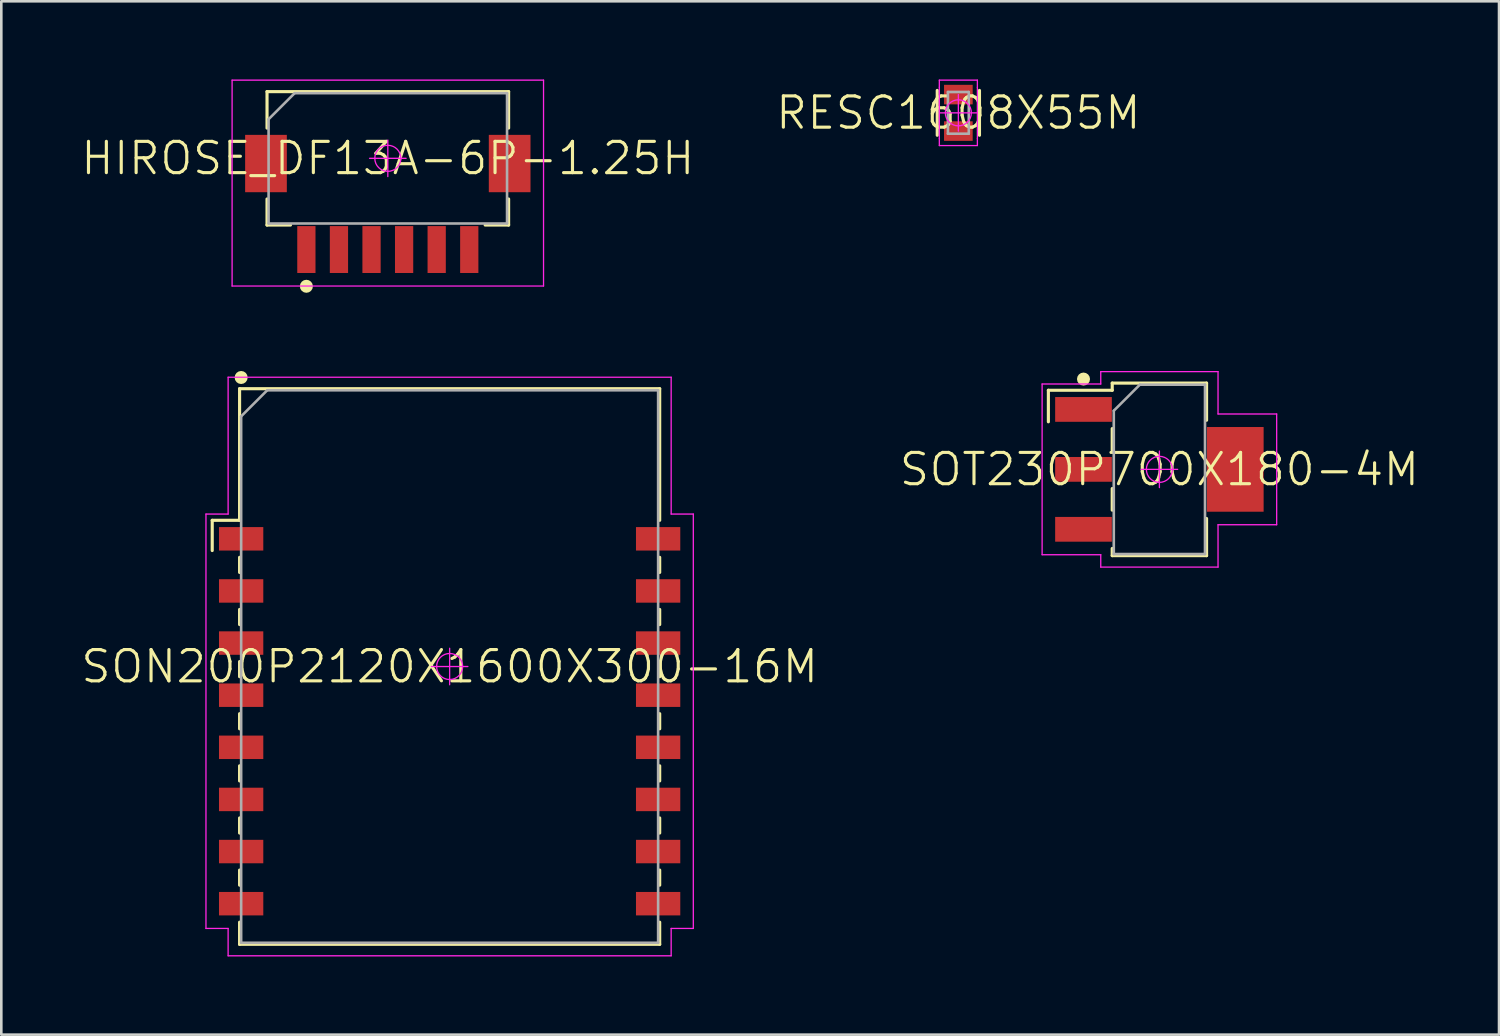
<source format=kicad_pcb>
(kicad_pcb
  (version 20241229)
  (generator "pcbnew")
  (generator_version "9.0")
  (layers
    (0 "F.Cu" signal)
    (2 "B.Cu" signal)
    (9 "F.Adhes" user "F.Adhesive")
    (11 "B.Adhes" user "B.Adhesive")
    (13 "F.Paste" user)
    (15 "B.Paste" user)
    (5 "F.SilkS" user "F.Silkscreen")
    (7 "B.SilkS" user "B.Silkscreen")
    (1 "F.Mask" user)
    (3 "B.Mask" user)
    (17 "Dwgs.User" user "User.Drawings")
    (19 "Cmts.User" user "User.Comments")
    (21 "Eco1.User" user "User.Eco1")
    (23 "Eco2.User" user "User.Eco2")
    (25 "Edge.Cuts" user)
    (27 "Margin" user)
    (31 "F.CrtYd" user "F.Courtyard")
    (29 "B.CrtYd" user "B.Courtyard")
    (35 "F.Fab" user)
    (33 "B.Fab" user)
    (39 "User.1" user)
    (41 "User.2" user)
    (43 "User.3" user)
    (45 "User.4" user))
  (footprint "HIROSE_DF13A-6P-1.25H"
    (layer "F.Cu")
    (at 11.831 3.025)
    (property "Reference" "HIROSE_DF13A-6P-1.25H" (at 0 0 0) (layer "F.SilkS") (effects (font (size 1.2 1.2) (thickness 0.12))))
    (attr smd)
    (fp_line (start -4.635 -2.56) (end -4.635 -1.16) (stroke (width 0.12) (type solid)) (layer "F.SilkS"))
    (fp_line (start -4.635 -2.56) (end 4.635 -2.56) (stroke (width 0.12) (type solid)) (layer "F.SilkS"))
    (fp_line (start -4.635 1.56) (end -4.635 2.56) (stroke (width 0.12) (type solid)) (layer "F.SilkS"))
    (fp_line (start -4.635 2.56) (end -3.735 2.56) (stroke (width 0.12) (type solid)) (layer "F.SilkS"))
    (fp_line (start 3.735 2.56) (end 4.635 2.56) (stroke (width 0.12) (type solid)) (layer "F.SilkS"))
    (fp_line (start 4.635 -2.56) (end 4.635 -1.16) (stroke (width 0.12) (type solid)) (layer "F.SilkS"))
    (fp_line (start 4.635 1.56) (end 4.635 2.56) (stroke (width 0.12) (type solid)) (layer "F.SilkS"))
    (fp_circle (center -3.125 4.91) (end -3.125 5.035) (stroke (width 0.25) (type solid)) (fill no) (layer "F.SilkS"))
    (fp_line (start -5.975 -3) (end 5.975 -3) (stroke (width 0.05) (type solid)) (layer "F.CrtYd"))
    (fp_line (start -5.975 4.9) (end -5.975 -3) (stroke (width 0.05) (type solid)) (layer "F.CrtYd"))
    (fp_line (start -0.7 0) (end 0.7 0) (stroke (width 0.05) (type solid)) (layer "F.CrtYd"))
    (fp_line (start 0 -0.7) (end 0 0.7) (stroke (width 0.05) (type solid)) (layer "F.CrtYd"))
    (fp_line (start 5.975 -3) (end 5.975 4.9) (stroke (width 0.05) (type solid)) (layer "F.CrtYd"))
    (fp_line (start 5.975 4.9) (end -5.975 4.9) (stroke (width 0.05) (type solid)) (layer "F.CrtYd"))
    (fp_circle (center 0 0) (end 0 0.5) (stroke (width 0.05) (type solid)) (fill no) (layer "F.CrtYd"))
    (fp_line (start -4.575 -1.5) (end -3.575 -2.5) (stroke (width 0.1) (type solid)) (layer "F.Fab"))
    (fp_line (start -4.575 2.5) (end -4.575 -1.5) (stroke (width 0.1) (type solid)) (layer "F.Fab"))
    (fp_line (start -3.575 -2.5) (end 4.575 -2.5) (stroke (width 0.1) (type solid)) (layer "F.Fab"))
    (fp_line (start 4.575 -2.5) (end 4.575 2.5) (stroke (width 0.1) (type solid)) (layer "F.Fab"))
    (fp_line (start 4.575 2.5) (end -4.575 2.5) (stroke (width 0.1) (type solid)) (layer "F.Fab"))
    (pad "1" smd rect (at -3.125 3.5) (size 0.7 1.8) (layers "F.Cu" "F.Mask" "F.Paste"))
    (pad "2" smd rect (at -1.875 3.5) (size 0.7 1.8) (layers "F.Cu" "F.Mask" "F.Paste"))
    (pad "3" smd rect (at -0.625 3.5) (size 0.7 1.8) (layers "F.Cu" "F.Mask" "F.Paste"))
    (pad "4" smd rect (at 0.625 3.5) (size 0.7 1.8) (layers "F.Cu" "F.Mask" "F.Paste"))
    (pad "5" smd rect (at 1.875 3.5) (size 0.7 1.8) (layers "F.Cu" "F.Mask" "F.Paste"))
    (pad "6" smd rect (at 3.125 3.5) (size 0.7 1.8) (layers "F.Cu" "F.Mask" "F.Paste"))
    (pad "7" smd rect (at -4.675 0.2) (size 1.6 2.2) (layers "F.Cu" "F.Mask" "F.Paste"))
    (pad "8" smd rect (at 4.675 0.2) (size 1.6 2.2) (layers "F.Cu" "F.Mask" "F.Paste")))
  (footprint "SOT230P700X180-4M"
    (layer "F.Cu")
    (at 41.437 14.96)
    (property "Reference" "SOT230P700X180-4M" (at 0 0 0) (layer "F.SilkS") (effects (font (size 1.2 1.2) (thickness 0.12))))
    (attr smd)
    (fp_line (start -4.26 -3.035) (end -4.26 -1.825) (stroke (width 0.12) (type solid)) (layer "F.SilkS"))
    (fp_line (start -1.81 -3.31) (end -1.81 -3.035) (stroke (width 0.12) (type solid)) (layer "F.SilkS"))
    (fp_line (start -1.81 -3.31) (end 1.81 -3.31) (stroke (width 0.12) (type solid)) (layer "F.SilkS"))
    (fp_line (start -1.81 -3.035) (end -4.26 -3.035) (stroke (width 0.12) (type solid)) (layer "F.SilkS"))
    (fp_line (start -1.81 -1.565) (end -1.81 -0.735) (stroke (width 0.12) (type solid)) (layer "F.SilkS"))
    (fp_line (start -1.81 0.735) (end -1.81 1.565) (stroke (width 0.12) (type solid)) (layer "F.SilkS"))
    (fp_line (start -1.81 3.035) (end -1.81 3.31) (stroke (width 0.12) (type solid)) (layer "F.SilkS"))
    (fp_line (start 1.81 -3.31) (end 1.81 -1.885) (stroke (width 0.12) (type solid)) (layer "F.SilkS"))
    (fp_line (start 1.81 1.885) (end 1.81 3.31) (stroke (width 0.12) (type solid)) (layer "F.SilkS"))
    (fp_line (start 1.81 3.31) (end -1.81 3.31) (stroke (width 0.12) (type solid)) (layer "F.SilkS"))
    (fp_circle (center -2.912 -3.465) (end -2.912 -3.34) (stroke (width 0.25) (type solid)) (fill no) (layer "F.SilkS"))
    (fp_line (start -4.5 -3.275) (end -2.25 -3.275) (stroke (width 0.05) (type solid)) (layer "F.CrtYd"))
    (fp_line (start -4.5 3.275) (end -4.5 -3.275) (stroke (width 0.05) (type solid)) (layer "F.CrtYd"))
    (fp_line (start -2.25 -3.75) (end 2.25 -3.75) (stroke (width 0.05) (type solid)) (layer "F.CrtYd"))
    (fp_line (start -2.25 -3.275) (end -2.25 -3.75) (stroke (width 0.05) (type solid)) (layer "F.CrtYd"))
    (fp_line (start -2.25 3.275) (end -4.5 3.275) (stroke (width 0.05) (type solid)) (layer "F.CrtYd"))
    (fp_line (start -2.25 3.75) (end -2.25 3.275) (stroke (width 0.05) (type solid)) (layer "F.CrtYd"))
    (fp_line (start -0.7 0) (end 0.7 0) (stroke (width 0.05) (type solid)) (layer "F.CrtYd"))
    (fp_line (start 0 -0.7) (end 0 0.7) (stroke (width 0.05) (type solid)) (layer "F.CrtYd"))
    (fp_line (start 2.25 -3.75) (end 2.25 -2.125) (stroke (width 0.05) (type solid)) (layer "F.CrtYd"))
    (fp_line (start 2.25 -2.125) (end 4.5 -2.125) (stroke (width 0.05) (type solid)) (layer "F.CrtYd"))
    (fp_line (start 2.25 2.125) (end 2.25 3.75) (stroke (width 0.05) (type solid)) (layer "F.CrtYd"))
    (fp_line (start 2.25 3.75) (end -2.25 3.75) (stroke (width 0.05) (type solid)) (layer "F.CrtYd"))
    (fp_line (start 4.5 -2.125) (end 4.5 2.125) (stroke (width 0.05) (type solid)) (layer "F.CrtYd"))
    (fp_line (start 4.5 2.125) (end 2.25 2.125) (stroke (width 0.05) (type solid)) (layer "F.CrtYd"))
    (fp_circle (center 0 0) (end 0 0.5) (stroke (width 0.05) (type solid)) (fill no) (layer "F.CrtYd"))
    (fp_line (start -1.75 -2.25) (end -0.75 -3.25) (stroke (width 0.1) (type solid)) (layer "F.Fab"))
    (fp_line (start -1.75 3.25) (end -1.75 -2.25) (stroke (width 0.1) (type solid)) (layer "F.Fab"))
    (fp_line (start -0.75 -3.25) (end 1.75 -3.25) (stroke (width 0.1) (type solid)) (layer "F.Fab"))
    (fp_line (start 1.75 -3.25) (end 1.75 3.25) (stroke (width 0.1) (type solid)) (layer "F.Fab"))
    (fp_line (start 1.75 3.25) (end -1.75 3.25) (stroke (width 0.1) (type solid)) (layer "F.Fab"))
    (pad "1" smd rect (at -2.912 -2.3) (size 2.175 0.95) (layers "F.Cu" "F.Mask" "F.Paste"))
    (pad "2" smd rect (at -2.912 0) (size 2.175 0.95) (layers "F.Cu" "F.Mask" "F.Paste"))
    (pad "3" smd rect (at -2.912 2.3) (size 2.175 0.95) (layers "F.Cu" "F.Mask" "F.Paste"))
    (pad "4" smd rect (at 2.912 0) (size 2.175 3.25) (layers "F.Cu" "F.Mask" "F.Paste")))
  (footprint "SON200P2120X1600X300-16M"
    (layer "F.Cu")
    (at 14.203 22.525)
    (property "Reference" "SON200P2120X1600X300-16M" (at 0 0 0) (layer "F.SilkS") (effects (font (size 1.2 1.2) (thickness 0.12))))
    (attr smd)
    (fp_line (start -9.11 -5.61) (end -9.11 -4.45) (stroke (width 0.12) (type solid)) (layer "F.SilkS"))
    (fp_line (start -8.06 -10.66) (end -8.06 -5.61) (stroke (width 0.12) (type solid)) (layer "F.SilkS"))
    (fp_line (start -8.06 -10.66) (end 8.06 -10.66) (stroke (width 0.12) (type solid)) (layer "F.SilkS"))
    (fp_line (start -8.06 -5.61) (end -9.11 -5.61) (stroke (width 0.12) (type solid)) (layer "F.SilkS"))
    (fp_line (start -8.06 -4.19) (end -8.06 -3.61) (stroke (width 0.12) (type solid)) (layer "F.SilkS"))
    (fp_line (start -8.06 -2.19) (end -8.06 -1.61) (stroke (width 0.12) (type solid)) (layer "F.SilkS"))
    (fp_line (start -8.06 -0.19) (end -8.06 0.39) (stroke (width 0.12) (type solid)) (layer "F.SilkS"))
    (fp_line (start -8.06 1.81) (end -8.06 2.39) (stroke (width 0.12) (type solid)) (layer "F.SilkS"))
    (fp_line (start -8.06 3.81) (end -8.06 4.39) (stroke (width 0.12) (type solid)) (layer "F.SilkS"))
    (fp_line (start -8.06 5.81) (end -8.06 6.39) (stroke (width 0.12) (type solid)) (layer "F.SilkS"))
    (fp_line (start -8.06 7.81) (end -8.06 8.39) (stroke (width 0.12) (type solid)) (layer "F.SilkS"))
    (fp_line (start -8.06 9.81) (end -8.06 10.66) (stroke (width 0.12) (type solid)) (layer "F.SilkS"))
    (fp_line (start 8.06 -10.66) (end 8.06 -5.61) (stroke (width 0.12) (type solid)) (layer "F.SilkS"))
    (fp_line (start 8.06 -4.19) (end 8.06 -3.61) (stroke (width 0.12) (type solid)) (layer "F.SilkS"))
    (fp_line (start 8.06 -2.19) (end 8.06 -1.61) (stroke (width 0.12) (type solid)) (layer "F.SilkS"))
    (fp_line (start 8.06 -0.19) (end 8.06 0.39) (stroke (width 0.12) (type solid)) (layer "F.SilkS"))
    (fp_line (start 8.06 1.81) (end 8.06 2.39) (stroke (width 0.12) (type solid)) (layer "F.SilkS"))
    (fp_line (start 8.06 3.81) (end 8.06 4.39) (stroke (width 0.12) (type solid)) (layer "F.SilkS"))
    (fp_line (start 8.06 5.81) (end 8.06 6.39) (stroke (width 0.12) (type solid)) (layer "F.SilkS"))
    (fp_line (start 8.06 7.81) (end 8.06 8.39) (stroke (width 0.12) (type solid)) (layer "F.SilkS"))
    (fp_line (start 8.06 9.81) (end 8.06 10.66) (stroke (width 0.12) (type solid)) (layer "F.SilkS"))
    (fp_line (start 8.06 10.66) (end -8.06 10.66) (stroke (width 0.12) (type solid)) (layer "F.SilkS"))
    (fp_circle (center -8 -11.09) (end -8 -10.965) (stroke (width 0.25) (type solid)) (fill no) (layer "F.SilkS"))
    (fp_line (start -9.35 -5.85) (end -8.5 -5.85) (stroke (width 0.05) (type solid)) (layer "F.CrtYd"))
    (fp_line (start -9.35 10.05) (end -9.35 -5.85) (stroke (width 0.05) (type solid)) (layer "F.CrtYd"))
    (fp_line (start -8.5 -11.1) (end 8.5 -11.1) (stroke (width 0.05) (type solid)) (layer "F.CrtYd"))
    (fp_line (start -8.5 -5.85) (end -8.5 -11.1) (stroke (width 0.05) (type solid)) (layer "F.CrtYd"))
    (fp_line (start -8.5 10.05) (end -9.35 10.05) (stroke (width 0.05) (type solid)) (layer "F.CrtYd"))
    (fp_line (start -8.5 11.1) (end -8.5 10.05) (stroke (width 0.05) (type solid)) (layer "F.CrtYd"))
    (fp_line (start -0.7 0) (end 0.7 0) (stroke (width 0.05) (type solid)) (layer "F.CrtYd"))
    (fp_line (start 0 -0.7) (end 0 0.7) (stroke (width 0.05) (type solid)) (layer "F.CrtYd"))
    (fp_line (start 8.5 -11.1) (end 8.5 -5.85) (stroke (width 0.05) (type solid)) (layer "F.CrtYd"))
    (fp_line (start 8.5 -5.85) (end 9.35 -5.85) (stroke (width 0.05) (type solid)) (layer "F.CrtYd"))
    (fp_line (start 8.5 10.05) (end 8.5 11.1) (stroke (width 0.05) (type solid)) (layer "F.CrtYd"))
    (fp_line (start 8.5 11.1) (end -8.5 11.1) (stroke (width 0.05) (type solid)) (layer "F.CrtYd"))
    (fp_line (start 9.35 -5.85) (end 9.35 10.05) (stroke (width 0.05) (type solid)) (layer "F.CrtYd"))
    (fp_line (start 9.35 10.05) (end 8.5 10.05) (stroke (width 0.05) (type solid)) (layer "F.CrtYd"))
    (fp_circle (center 0 0) (end 0 0.5) (stroke (width 0.05) (type solid)) (fill no) (layer "F.CrtYd"))
    (fp_line (start -8 -9.6) (end -7 -10.6) (stroke (width 0.1) (type solid)) (layer "F.Fab"))
    (fp_line (start -8 10.6) (end -8 -9.6) (stroke (width 0.1) (type solid)) (layer "F.Fab"))
    (fp_line (start -7 -10.6) (end 8 -10.6) (stroke (width 0.1) (type solid)) (layer "F.Fab"))
    (fp_line (start 8 -10.6) (end 8 10.6) (stroke (width 0.1) (type solid)) (layer "F.Fab"))
    (fp_line (start 8 10.6) (end -8 10.6) (stroke (width 0.1) (type solid)) (layer "F.Fab"))
    (pad "1" smd rect (at -8 -4.9) (size 1.7 0.9) (layers "F.Cu" "F.Mask" "F.Paste"))
    (pad "2" smd rect (at -8 -2.9) (size 1.7 0.9) (layers "F.Cu" "F.Mask" "F.Paste"))
    (pad "3" smd rect (at -8 -0.9) (size 1.7 0.9) (layers "F.Cu" "F.Mask" "F.Paste"))
    (pad "4" smd rect (at -8 1.1) (size 1.7 0.9) (layers "F.Cu" "F.Mask" "F.Paste"))
    (pad "5" smd rect (at -8 3.1) (size 1.7 0.9) (layers "F.Cu" "F.Mask" "F.Paste"))
    (pad "6" smd rect (at -8 5.1) (size 1.7 0.9) (layers "F.Cu" "F.Mask" "F.Paste"))
    (pad "7" smd rect (at -8 7.1) (size 1.7 0.9) (layers "F.Cu" "F.Mask" "F.Paste"))
    (pad "8" smd rect (at -8 9.1) (size 1.7 0.9) (layers "F.Cu" "F.Mask" "F.Paste"))
    (pad "9" smd rect (at 8 9.1) (size 1.7 0.9) (layers "F.Cu" "F.Mask" "F.Paste"))
    (pad "10" smd rect (at 8 7.1) (size 1.7 0.9) (layers "F.Cu" "F.Mask" "F.Paste"))
    (pad "11" smd rect (at 8 5.1) (size 1.7 0.9) (layers "F.Cu" "F.Mask" "F.Paste"))
    (pad "12" smd rect (at 8 3.1) (size 1.7 0.9) (layers "F.Cu" "F.Mask" "F.Paste"))
    (pad "13" smd rect (at 8 1.1) (size 1.7 0.9) (layers "F.Cu" "F.Mask" "F.Paste"))
    (pad "14" smd rect (at 8 -0.9) (size 1.7 0.9) (layers "F.Cu" "F.Mask" "F.Paste"))
    (pad "15" smd rect (at 8 -2.9) (size 1.7 0.9) (layers "F.Cu" "F.Mask" "F.Paste"))
    (pad "16" smd rect (at 8 -4.9) (size 1.7 0.9) (layers "F.Cu" "F.Mask" "F.Paste")))
  (footprint "RESC1608X55M"
    (layer "F.Cu")
    (at 33.723 1.28)
    (property "Reference" "RESC1608X55M" (at 0 0 0) (layer "F.SilkS") (effects (font (size 1.2 1.2) (thickness 0.12))))
    (attr smd)
    (fp_line (start -0.81 -0.86) (end -0.81 0.86) (stroke (width 0.12) (type solid)) (layer "F.SilkS"))
    (fp_line (start 0.81 -0.86) (end 0.81 0.86) (stroke (width 0.12) (type solid)) (layer "F.SilkS"))
    (fp_line (start -0.73 -1.255) (end -0.73 -0.98) (stroke (width 0.05) (type solid)) (layer "F.CrtYd"))
    (fp_line (start -0.73 -0.98) (end -0.73 0.98) (stroke (width 0.05) (type solid)) (layer "F.CrtYd"))
    (fp_line (start -0.73 0.98) (end -0.73 1.255) (stroke (width 0.05) (type solid)) (layer "F.CrtYd"))
    (fp_line (start -0.73 1.255) (end 0.73 1.255) (stroke (width 0.05) (type solid)) (layer "F.CrtYd"))
    (fp_line (start -0.7 0) (end 0.7 0) (stroke (width 0.05) (type solid)) (layer "F.CrtYd"))
    (fp_line (start 0 -0.7) (end 0 0.7) (stroke (width 0.05) (type solid)) (layer "F.CrtYd"))
    (fp_line (start 0.73 -1.255) (end -0.73 -1.255) (stroke (width 0.05) (type solid)) (layer "F.CrtYd"))
    (fp_line (start 0.73 -0.98) (end 0.73 -1.255) (stroke (width 0.05) (type solid)) (layer "F.CrtYd"))
    (fp_line (start 0.73 0.98) (end 0.73 -0.98) (stroke (width 0.05) (type solid)) (layer "F.CrtYd"))
    (fp_line (start 0.73 1.255) (end 0.73 0.98) (stroke (width 0.05) (type solid)) (layer "F.CrtYd"))
    (fp_circle (center 0 0) (end 0 0.5) (stroke (width 0.05) (type solid)) (fill no) (layer "F.CrtYd"))
    (fp_line (start -0.4 -0.8) (end 0.4 -0.8) (stroke (width 0.1) (type solid)) (layer "F.Fab"))
    (fp_line (start -0.4 0.8) (end -0.4 -0.8) (stroke (width 0.1) (type solid)) (layer "F.Fab"))
    (fp_line (start 0.4 -0.8) (end 0.4 0.8) (stroke (width 0.1) (type solid)) (layer "F.Fab"))
    (fp_line (start 0.4 0.8) (end -0.4 0.8) (stroke (width 0.1) (type solid)) (layer "F.Fab"))
    (pad "1" smd rect (at 0 -0.7) (size 1.1 0.75) (layers "F.Cu" "F.Mask" "F.Paste"))
    (pad "2" smd rect (at 0 0.7) (size 1.1 0.75) (layers "F.Cu" "F.Mask" "F.Paste")))
  (gr_rect
    (start -3 -3)
    (end 54.469 36.65)
    (stroke (width 0.1) (type default))
    (fill no)
    (layer "Edge.Cuts")))
</source>
